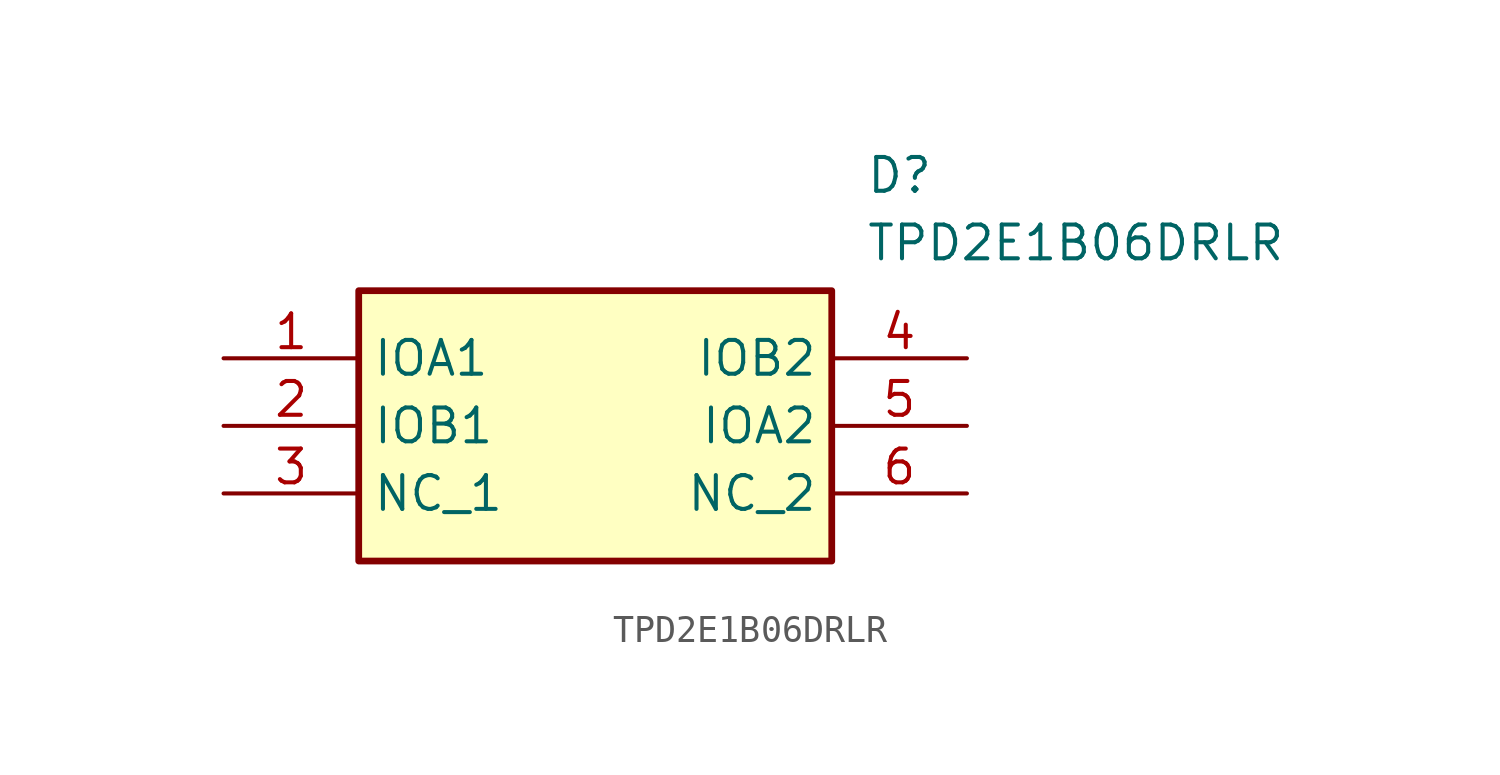
<source format=kicad_sym>
(kicad_symbol_lib
  (version 20231120)
  (generator "kicad_symbol_editor")
  (generator_version "8.0")
  (symbol "TPD2E1B06DRLR"
    (property "Reference" "D"
      (at 24.13 7.62 0)
      (effects (font (size 1.27 1.27)) (justify left top)))
    (property "Value" "TPD2E1B06DRLR"
      (at 24.13 5.08 0)
      (effects (font (size 1.27 1.27)) (justify left top)))
    (symbol "TPD2E1B06DRLR_1_1"
      (rectangle (start 5.08 2.54) (end 22.86 -7.62) (stroke (width 0.254) (type default)) (fill (type background)))
      (pin passive line (at 0 0 0) (length 5.08) (name "IOA1" (effects (font (size 1.27 1.27)))) (number "1" (effects (font (size 1.27 1.27)))))
      (pin passive line (at 0 -2.54 0) (length 5.08) (name "IOB1" (effects (font (size 1.27 1.27)))) (number "2" (effects (font (size 1.27 1.27)))))
      (pin passive line (at 0 -5.08 0) (length 5.08) (name "NC_1" (effects (font (size 1.27 1.27)))) (number "3" (effects (font (size 1.27 1.27)))))
      (pin passive line (at 27.94 0 180) (length 5.08) (name "IOB2" (effects (font (size 1.27 1.27)))) (number "4" (effects (font (size 1.27 1.27)))))
      (pin passive line (at 27.94 -2.54 180) (length 5.08) (name "IOA2" (effects (font (size 1.27 1.27)))) (number "5" (effects (font (size 1.27 1.27)))))
      (pin passive line (at 27.94 -5.08 180) (length 5.08) (name "NC_2" (effects (font (size 1.27 1.27)))) (number "6" (effects (font (size 1.27 1.27))))))))
</source>
